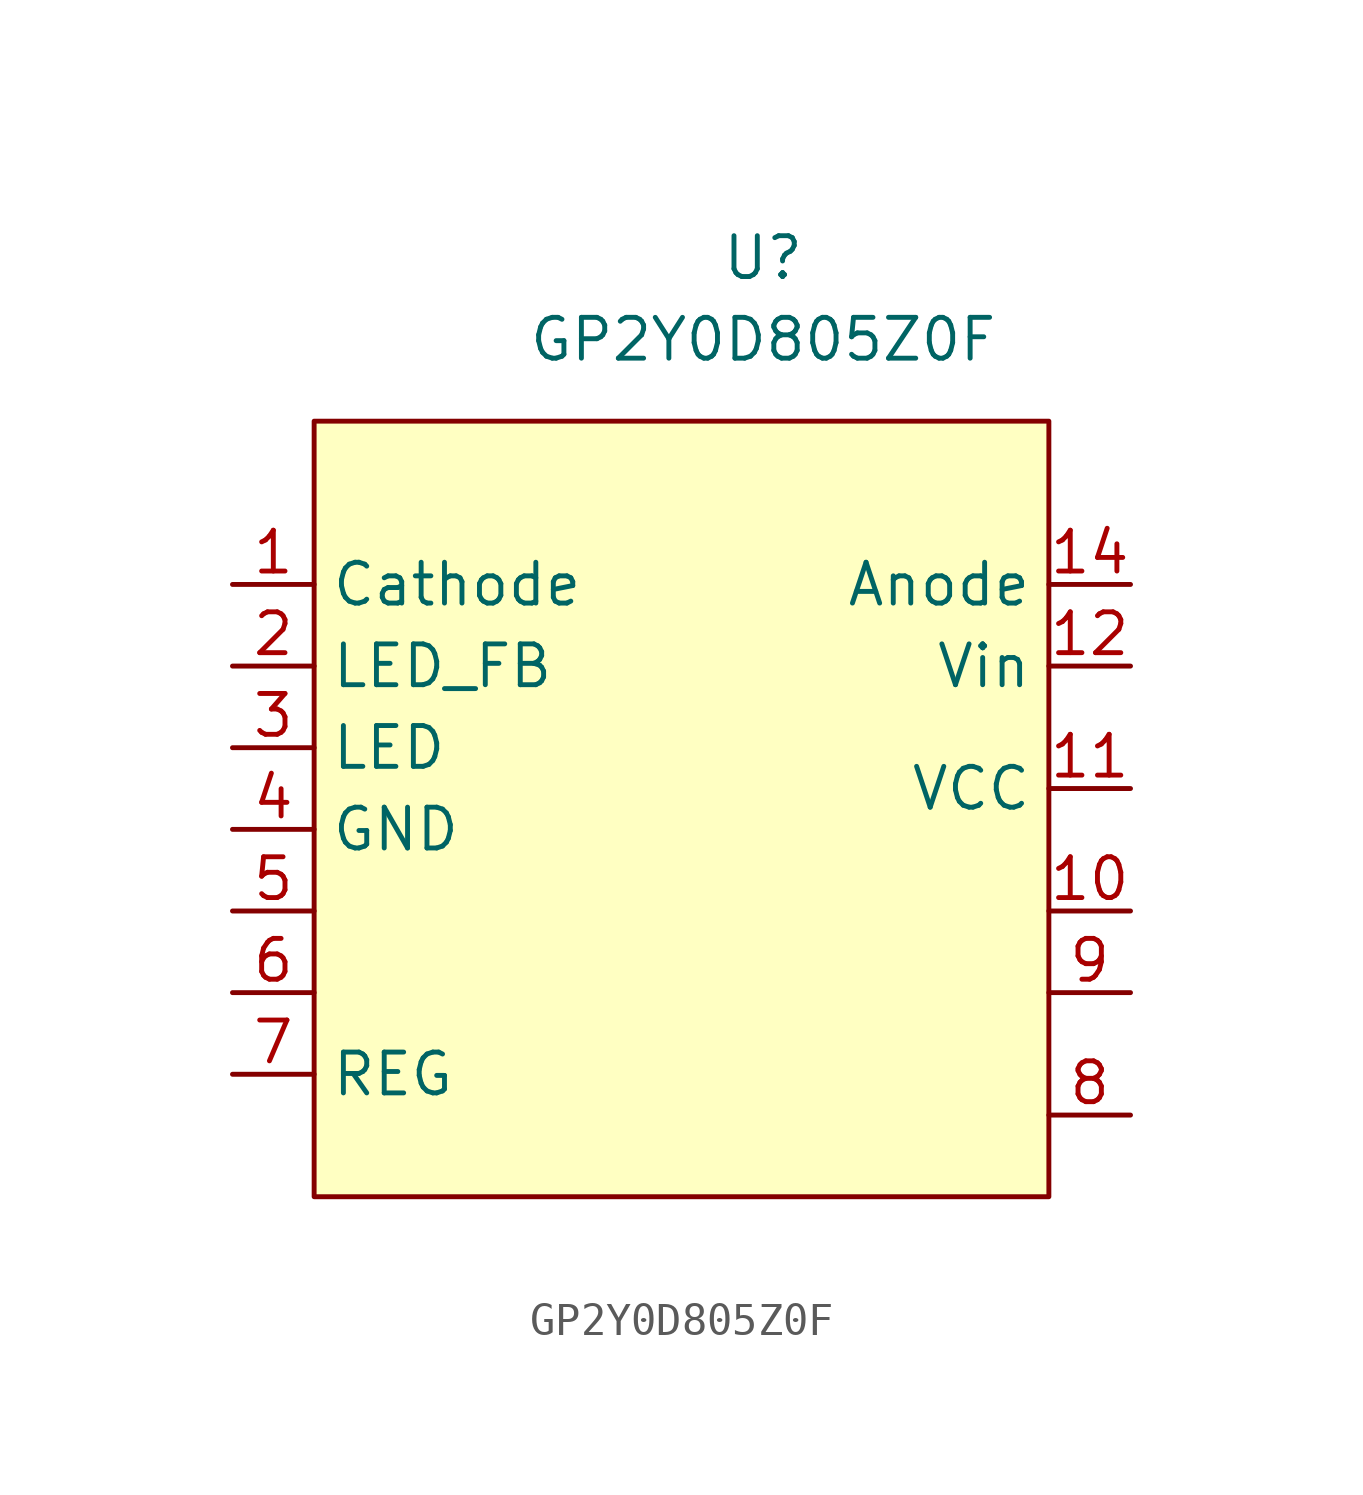
<source format=kicad_sym>
(kicad_symbol_lib
  (version 20211014)
  (generator kicad_symbol_editor)
  (symbol "GP2Y0D805Z0F"
    (property "Reference" "U"
      (at -29.21 2.54 0)
      (effects (font (size 1.27 1.27))))
    (property "Value" "GP2Y0D805Z0F"
      (at -29.21 0 0)
      (effects (font (size 1.27 1.27))))
    (symbol "GP2Y0D805Z0F_0_1"
      (rectangle (start -43.18 -2.54) (end -20.32 -26.67) (stroke (width 0) (type default) (color 0 0 0 0)) (fill (type background))))
    (symbol "GP2Y0D805Z0F_1_1"
      (pin bidirectional line (at -45.72 -7.62 0) (length 2.54) (name "Cathode" (effects (font (size 1.27 1.27)))) (number "1" (effects (font (size 1.27 1.27)))))
      (pin bidirectional line (at -17.78 -17.78 180) (length 2.54) (name "" (effects (font (size 1.27 1.27)))) (number "10" (effects (font (size 1.27 1.27)))))
      (pin power_in line (at -17.78 -13.97 180) (length 2.54) (name "VCC" (effects (font (size 1.27 1.27)))) (number "11" (effects (font (size 1.27 1.27)))))
      (pin input line (at -17.78 -10.16 180) (length 2.54) (name "Vin" (effects (font (size 1.27 1.27)))) (number "12" (effects (font (size 1.27 1.27)))))
      (pin bidirectional line (at -17.78 -7.62 180) (length 2.54) (name "Anode" (effects (font (size 1.27 1.27)))) (number "14" (effects (font (size 1.27 1.27)))))
      (pin bidirectional line (at -45.72 -10.16 0) (length 2.54) (name "LED_FB" (effects (font (size 1.27 1.27)))) (number "2" (effects (font (size 1.27 1.27)))))
      (pin bidirectional line (at -45.72 -12.7 0) (length 2.54) (name "LED" (effects (font (size 1.27 1.27)))) (number "3" (effects (font (size 1.27 1.27)))))
      (pin power_out line (at -45.72 -15.24 0) (length 2.54) (name "GND" (effects (font (size 1.27 1.27)))) (number "4" (effects (font (size 1.27 1.27)))))
      (pin bidirectional line (at -45.72 -17.78 0) (length 2.54) (name "" (effects (font (size 1.27 1.27)))) (number "5" (effects (font (size 1.27 1.27)))))
      (pin bidirectional line (at -45.72 -20.32 0) (length 2.54) (name "" (effects (font (size 1.27 1.27)))) (number "6" (effects (font (size 1.27 1.27)))))
      (pin bidirectional line (at -45.72 -22.86 0) (length 2.54) (name "REG" (effects (font (size 1.27 1.27)))) (number "7" (effects (font (size 1.27 1.27)))))
      (pin bidirectional line (at -17.78 -24.13 180) (length 2.54) (name "" (effects (font (size 1.27 1.27)))) (number "8" (effects (font (size 1.27 1.27)))))
      (pin bidirectional line (at -17.78 -20.32 180) (length 2.54) (name "" (effects (font (size 1.27 1.27)))) (number "9" (effects (font (size 1.27 1.27))))))))
</source>
